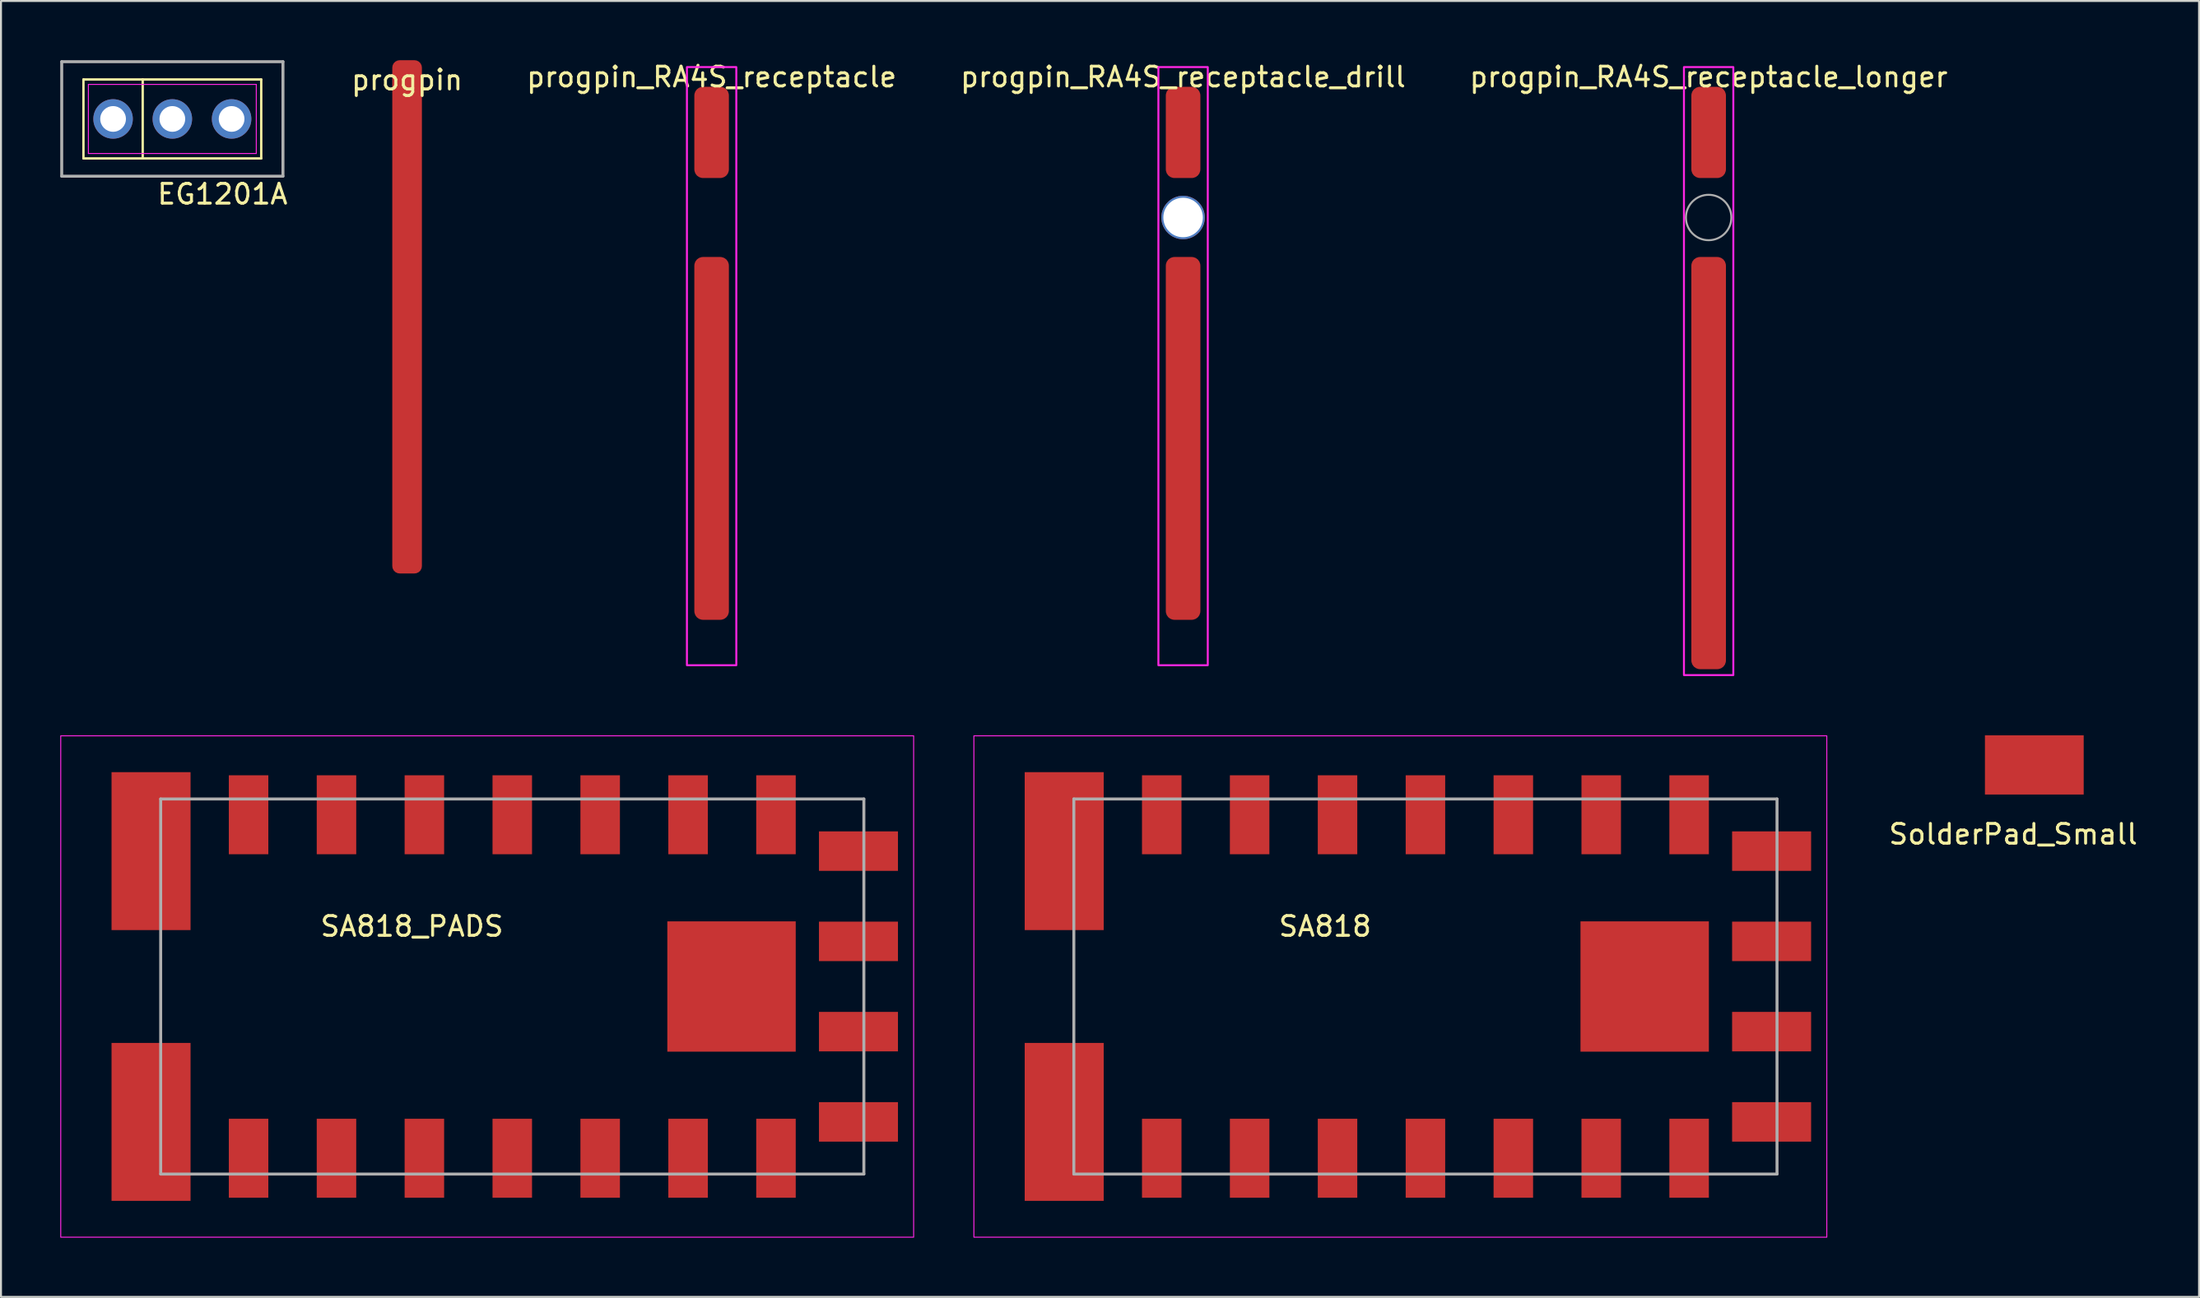
<source format=kicad_pcb>
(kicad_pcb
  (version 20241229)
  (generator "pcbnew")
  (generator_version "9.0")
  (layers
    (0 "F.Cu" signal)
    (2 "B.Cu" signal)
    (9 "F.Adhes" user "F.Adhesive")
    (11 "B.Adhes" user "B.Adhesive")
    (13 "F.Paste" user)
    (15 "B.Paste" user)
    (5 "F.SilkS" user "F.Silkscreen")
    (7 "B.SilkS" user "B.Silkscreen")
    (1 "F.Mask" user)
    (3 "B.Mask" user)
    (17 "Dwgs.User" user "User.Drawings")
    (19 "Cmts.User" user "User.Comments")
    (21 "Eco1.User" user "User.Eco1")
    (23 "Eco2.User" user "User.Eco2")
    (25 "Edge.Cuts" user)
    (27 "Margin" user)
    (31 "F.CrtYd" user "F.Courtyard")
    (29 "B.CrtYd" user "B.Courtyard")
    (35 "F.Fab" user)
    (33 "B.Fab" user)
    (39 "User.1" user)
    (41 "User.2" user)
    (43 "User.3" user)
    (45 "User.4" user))
  (footprint "EG1201A"
    (layer "F.Cu")
    (at 5.675 2.975)
    (property "Reference" "EG1201A" (at 2.54 3.81 0) (layer "F.SilkS") (effects (font (size 1 1) (thickness 0.15))))
    (attr through_hole)
    (fp_line (start -4.5 -2) (end 4.5 -2) (stroke (width 0.12) (type solid)) (layer "F.SilkS"))
    (fp_line (start -4.5 2) (end -4.5 -2) (stroke (width 0.12) (type solid)) (layer "F.SilkS"))
    (fp_line (start -1.5 -2) (end -1.5 2) (stroke (width 0.12) (type solid)) (layer "F.SilkS"))
    (fp_line (start 4.5 -2) (end 4.5 2) (stroke (width 0.12) (type solid)) (layer "F.SilkS"))
    (fp_line (start 4.5 2) (end -4.5 2) (stroke (width 0.12) (type solid)) (layer "F.SilkS"))
    (fp_line (start -4.25 -1.75) (end 4.25 -1.75) (stroke (width 0.05) (type solid)) (layer "F.CrtYd"))
    (fp_line (start -4.25 1.75) (end -4.25 -1.75) (stroke (width 0.05) (type solid)) (layer "F.CrtYd"))
    (fp_line (start 4.25 -1.75) (end 4.25 1.75) (stroke (width 0.05) (type solid)) (layer "F.CrtYd"))
    (fp_line (start 4.25 1.75) (end -4.25 1.75) (stroke (width 0.05) (type solid)) (layer "F.CrtYd"))
    (fp_line (start -5.6 -2.9) (end 5.6 -2.9) (stroke (width 0.15) (type solid)) (layer "F.Fab"))
    (fp_line (start -5.6 2.9) (end -5.6 -2.9) (stroke (width 0.15) (type solid)) (layer "F.Fab"))
    (fp_line (start 5.6 -2.9) (end 5.6 2.9) (stroke (width 0.15) (type solid)) (layer "F.Fab"))
    (fp_line (start 5.6 2.9) (end -5.6 2.9) (stroke (width 0.15) (type solid)) (layer "F.Fab"))
    (pad "1" thru_hole circle (at -3 0) (size 2 2) (drill 1.3) (layers "*.Cu" "*.Mask"))
    (pad "2" thru_hole circle (at 0 0) (size 2 2) (drill 1.3) (layers "*.Cu" "*.Mask"))
    (pad "3" thru_hole circle (at 3 0) (size 2 2) (drill 1.3) (layers "*.Cu" "*.Mask")))
  (footprint "progpin"
    (layer "F.Cu")
    (at 17.56 0.5)
    (property "Reference" "progpin" (at 0 0.5 0) (layer "F.SilkS") (effects (font (size 1 1) (thickness 0.15))))
    (attr through_hole)
    (pad "1" smd roundrect (at 0 0) (size 1.5 26) (drill (offset 0 12.5)) (layers "F.Cu" "F.Mask" "F.Paste") (roundrect_rratio 0.25)))
  (footprint "SA818_PADS"
    (layer "F.Cu")
    (at 22.885 46.923)
    (property "Reference" "SA818_PADS" (at -5.08 -3.048 0) (layer "F.SilkS") (effects (font (size 1 1) (thickness 0.15))))
    (attr through_hole)
    (fp_rect (start -22.86 -12.7) (end 20.32 12.7) (stroke (width 0.05) (type default)) (fill no) (layer "F.CrtYd"))
    (fp_line (start -17.8 -9.5) (end 17.8 -9.5) (stroke (width 0.15) (type solid)) (layer "F.Fab"))
    (fp_line (start -17.8 9.5) (end -17.8 -9.5) (stroke (width 0.15) (type solid)) (layer "F.Fab"))
    (fp_line (start 17.8 -9.5) (end 17.8 9.5) (stroke (width 0.15) (type solid)) (layer "F.Fab"))
    (fp_line (start 17.8 9.5) (end -17.8 9.5) (stroke (width 0.15) (type solid)) (layer "F.Fab"))
    (pad "1" smd rect (at -13.35 -8.7) (size 2 4) (layers "F.Cu" "F.Mask" "F.Paste"))
    (pad "2" smd rect (at -8.9 -8.7) (size 2 4) (layers "F.Cu" "F.Mask" "F.Paste"))
    (pad "3" smd rect (at -4.45 -8.7) (size 2 4) (layers "F.Cu" "F.Mask" "F.Paste"))
    (pad "4" smd rect (at 0 -8.7) (size 2 4) (layers "F.Cu" "F.Mask" "F.Paste"))
    (pad "5" smd rect (at 4.45 -8.7) (size 2 4) (layers "F.Cu" "F.Mask" "F.Paste"))
    (pad "6" smd rect (at 8.9 -8.7) (size 2 4) (layers "F.Cu" "F.Mask" "F.Paste"))
    (pad "7" smd rect (at 13.35 -8.7) (size 2 4) (layers "F.Cu" "F.Mask" "F.Paste"))
    (pad "8" smd rect (at 17.526 -6.858 90) (size 2 4) (layers "F.Cu" "F.Mask" "F.Paste"))
    (pad "9" smd rect (at 17.526 -2.286 90) (size 2 4) (layers "F.Cu" "F.Mask" "F.Paste"))
    (pad "10" smd rect (at 17.526 2.286 90) (size 2 4) (layers "F.Cu" "F.Mask" "F.Paste"))
    (pad "11" smd rect (at 17.526 6.858 90) (size 2 4) (layers "F.Cu" "F.Mask" "F.Paste"))
    (pad "12" smd rect (at 13.35 8.7) (size 2 4) (layers "F.Cu" "F.Mask" "F.Paste"))
    (pad "13" smd rect (at 8.9 8.7) (size 2 4) (layers "F.Cu" "F.Mask" "F.Paste"))
    (pad "14" smd rect (at 4.45 8.7) (size 2 4) (layers "F.Cu" "F.Mask" "F.Paste"))
    (pad "15" smd rect (at 0 8.7) (size 2 4) (layers "F.Cu" "F.Mask" "F.Paste"))
    (pad "16" smd rect (at -4.45 8.7) (size 2 4) (layers "F.Cu" "F.Mask" "F.Paste"))
    (pad "17" smd rect (at -8.9 8.7) (size 2 4) (layers "F.Cu" "F.Mask" "F.Paste"))
    (pad "18" smd rect (at -13.35 8.7) (size 2 4) (layers "F.Cu" "F.Mask" "F.Paste"))
    (pad "P1" smd rect (at 11.1 0) (size 6.5 6.6) (layers "F.Cu" "F.Mask" "F.Paste"))
    (pad "P2" smd rect (at -18.288 -6.858) (size 4 8) (layers "F.Cu" "F.Mask" "F.Paste"))
    (pad "P3" smd rect (at -18.288 6.858) (size 4 8) (layers "F.Cu" "F.Mask" "F.Paste")))
  (footprint "SolderPad_Small"
    (layer "F.Cu")
    (at 99.941 35.698)
    (property "Reference" "SolderPad_Small" (at -1.07 3.51 0) (layer "F.SilkS") (effects (font (size 1 1) (thickness 0.15))))
    (attr through_hole)
    (pad "1" connect rect (at 0 0) (size 5 3) (layers "F.Cu" "F.Mask")))
  (footprint "progpin_RA4S_receptacle_longer"
    (layer "F.Cu")
    (at 83.453 0.348)
    (property "Reference" "progpin_RA4S_receptacle_longer" (at 0 0.5 0) (layer "F.SilkS") (effects (font (size 1 1) (thickness 0.15))))
    (attr through_hole)
    (fp_rect (start -1.25 0) (end 1.25 30.8) (stroke (width 0.1) (type default)) (fill no) (layer "F.CrtYd"))
    (fp_circle (center 0 7.62) (end 1.15 7.62) (stroke (width 0.1) (type default)) (fill no) (layer "F.Fab"))
    (pad "1" smd roundrect (at 0 3.31) (size 1.75 4.62) (layers "F.Cu" "F.Mask" "F.Paste") (roundrect_rratio 0.25))
    (pad "1" smd roundrect (at 0 20.06) (size 1.75 20.88) (layers "F.Cu" "F.Mask" "F.Paste") (roundrect_rratio 0.25)))
  (footprint "progpin_RA4S_receptacle"
    (layer "F.Cu")
    (at 32.977 0.348)
    (property "Reference" "progpin_RA4S_receptacle" (at 0 0.5 0) (layer "F.SilkS") (effects (font (size 1 1) (thickness 0.15))))
    (attr through_hole)
    (fp_rect (start -1.25 0) (end 1.25 30.3) (stroke (width 0.1) (type default)) (fill no) (layer "F.CrtYd"))
    (pad "1" smd roundrect (at 0 3.31) (size 1.75 4.62) (layers "F.Cu" "F.Mask" "F.Paste") (roundrect_rratio 0.25))
    (pad "1" smd roundrect (at 0 18.81) (size 1.75 18.38) (layers "F.Cu" "F.Mask" "F.Paste") (roundrect_rratio 0.25)))
  (footprint "SA818"
    (layer "F.Cu")
    (at 69.115 46.923)
    (property "Reference" "SA818" (at -5.08 -3.048 0) (layer "F.SilkS") (effects (font (size 1 1) (thickness 0.15))))
    (attr through_hole)
    (fp_rect (start -22.86 -12.7) (end 20.32 12.7) (stroke (width 0.05) (type default)) (fill no) (layer "F.CrtYd"))
    (fp_line (start -17.8 -9.5) (end 17.8 -9.5) (stroke (width 0.15) (type solid)) (layer "F.Fab"))
    (fp_line (start -17.8 9.5) (end -17.8 -9.5) (stroke (width 0.15) (type solid)) (layer "F.Fab"))
    (fp_line (start 17.8 -9.5) (end 17.8 9.5) (stroke (width 0.15) (type solid)) (layer "F.Fab"))
    (fp_line (start 17.8 9.5) (end -17.8 9.5) (stroke (width 0.15) (type solid)) (layer "F.Fab"))
    (pad "1" smd rect (at -13.35 -8.7) (size 2 4) (layers "F.Cu" "F.Mask" "F.Paste"))
    (pad "2" smd rect (at -8.9 -8.7) (size 2 4) (layers "F.Cu" "F.Mask" "F.Paste"))
    (pad "3" smd rect (at -4.45 -8.7) (size 2 4) (layers "F.Cu" "F.Mask" "F.Paste"))
    (pad "4" smd rect (at 0 -8.7) (size 2 4) (layers "F.Cu" "F.Mask" "F.Paste"))
    (pad "5" smd rect (at 4.45 -8.7) (size 2 4) (layers "F.Cu" "F.Mask" "F.Paste"))
    (pad "6" smd rect (at 8.9 -8.7) (size 2 4) (layers "F.Cu" "F.Mask" "F.Paste"))
    (pad "7" smd rect (at 13.35 -8.7) (size 2 4) (layers "F.Cu" "F.Mask" "F.Paste"))
    (pad "8" smd rect (at 17.526 -6.858 90) (size 2 4) (layers "F.Cu" "F.Mask" "F.Paste"))
    (pad "9" smd rect (at 17.526 -2.286 90) (size 2 4) (layers "F.Cu" "F.Mask" "F.Paste"))
    (pad "10" smd rect (at 17.526 2.286 90) (size 2 4) (layers "F.Cu" "F.Mask" "F.Paste"))
    (pad "11" smd rect (at 17.526 6.858 90) (size 2 4) (layers "F.Cu" "F.Mask" "F.Paste"))
    (pad "12" smd rect (at 13.35 8.7) (size 2 4) (layers "F.Cu" "F.Mask" "F.Paste"))
    (pad "13" smd rect (at 8.9 8.7) (size 2 4) (layers "F.Cu" "F.Mask" "F.Paste"))
    (pad "14" smd rect (at 4.45 8.7) (size 2 4) (layers "F.Cu" "F.Mask" "F.Paste"))
    (pad "15" smd rect (at 0 8.7) (size 2 4) (layers "F.Cu" "F.Mask" "F.Paste"))
    (pad "16" smd rect (at -4.45 8.7) (size 2 4) (layers "F.Cu" "F.Mask" "F.Paste"))
    (pad "17" smd rect (at -8.9 8.7) (size 2 4) (layers "F.Cu" "F.Mask" "F.Paste"))
    (pad "18" smd rect (at -13.35 8.7) (size 2 4) (layers "F.Cu" "F.Mask" "F.Paste"))
    (pad "P1" smd rect (at 11.1 0) (size 6.5 6.6) (layers "F.Cu" "F.Mask" "F.Paste"))
    (pad "P2" smd rect (at -18.288 -6.858) (size 4 8) (layers "F.Cu" "F.Mask" "F.Paste"))
    (pad "P3" smd rect (at -18.288 6.858) (size 4 8) (layers "F.Cu" "F.Mask" "F.Paste")))
  (footprint "progpin_RA4S_receptacle_drill"
    (layer "F.Cu")
    (at 56.846 0.348)
    (property "Reference" "progpin_RA4S_receptacle_drill" (at 0 0.5 0) (layer "F.SilkS") (effects (font (size 1 1) (thickness 0.15))))
    (attr through_hole)
    (fp_rect (start -1.25 0) (end 1.25 30.3) (stroke (width 0.1) (type default)) (fill no) (layer "F.CrtYd"))
    (pad "" np_thru_hole circle (at 0 7.62) (size 2.2 2.2) (drill 2) (layers "*.Cu" "*.Mask"))
    (pad "1" smd roundrect (at 0 3.31) (size 1.75 4.62) (layers "F.Cu" "F.Mask" "F.Paste") (roundrect_rratio 0.25))
    (pad "1" smd roundrect (at 0 18.81) (size 1.75 18.38) (layers "F.Cu" "F.Mask" "F.Paste") (roundrect_rratio 0.25)))
  (gr_rect
    (start -3 -3)
    (end 108.281 62.648)
    (stroke (width 0.1) (type default))
    (fill no)
    (layer "Edge.Cuts")))
</source>
